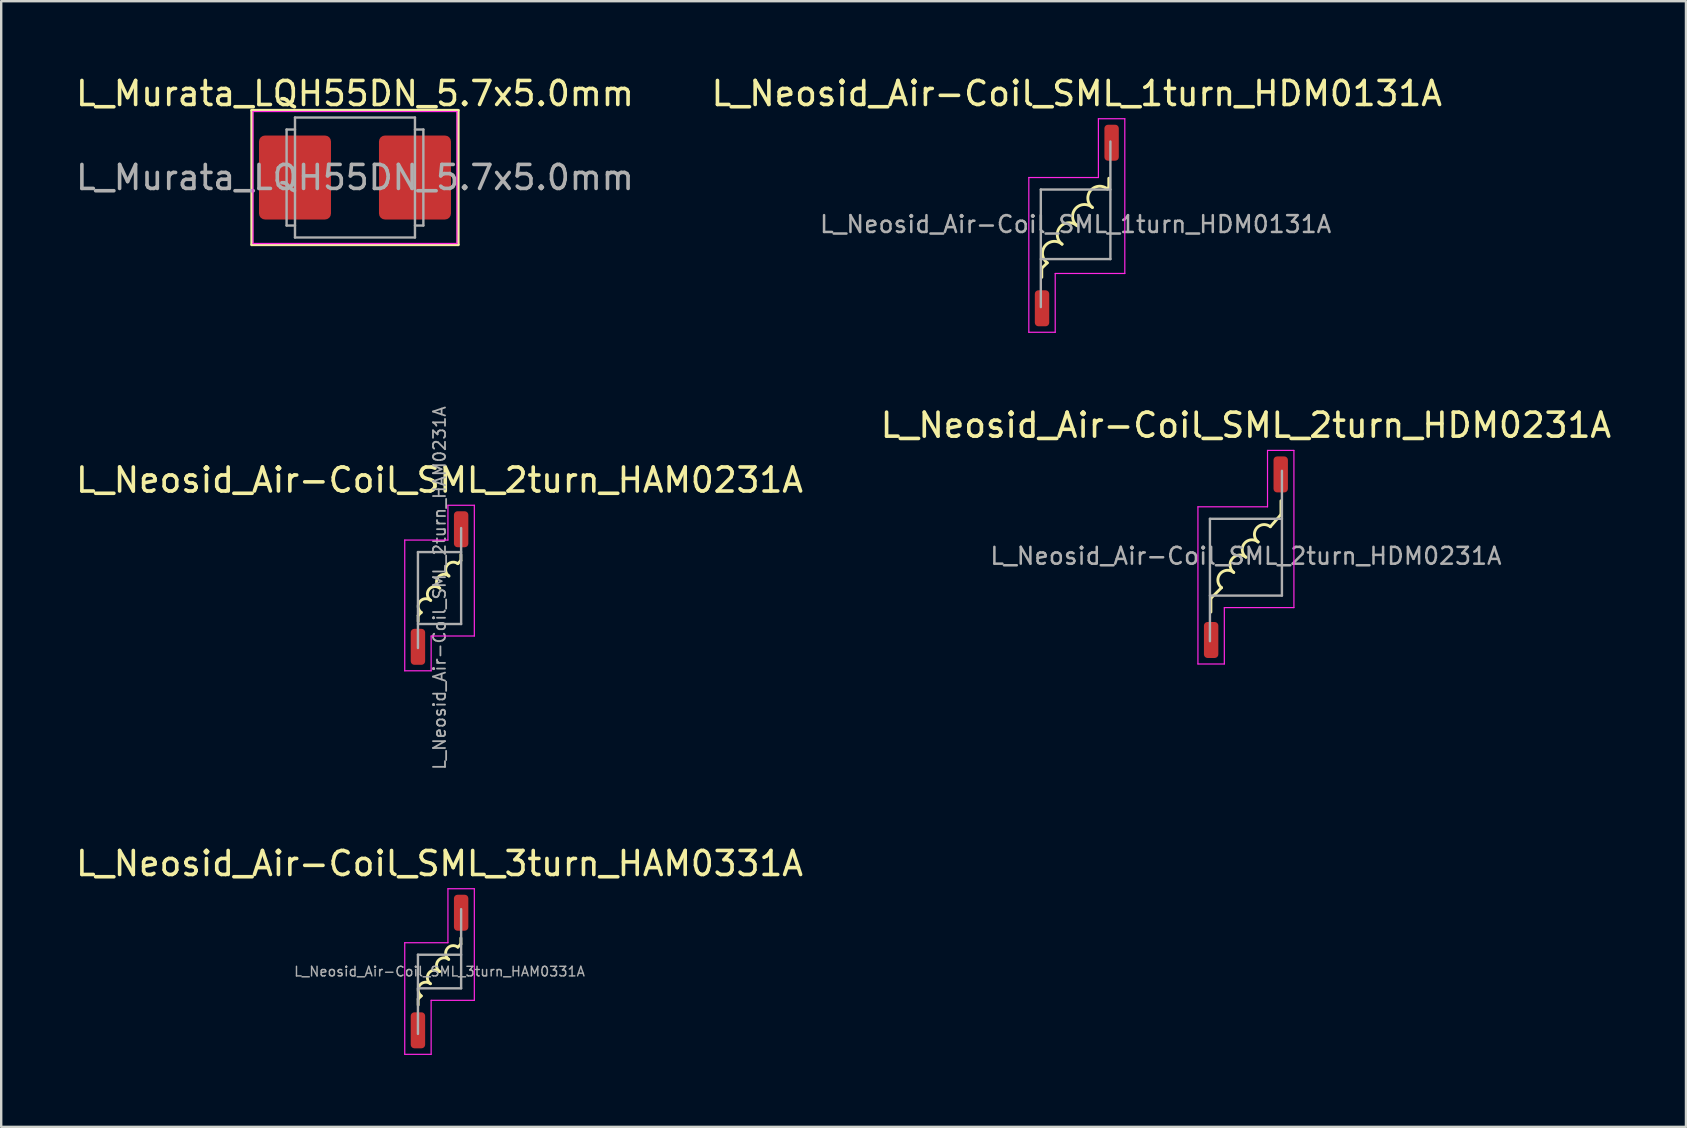
<source format=kicad_pcb>
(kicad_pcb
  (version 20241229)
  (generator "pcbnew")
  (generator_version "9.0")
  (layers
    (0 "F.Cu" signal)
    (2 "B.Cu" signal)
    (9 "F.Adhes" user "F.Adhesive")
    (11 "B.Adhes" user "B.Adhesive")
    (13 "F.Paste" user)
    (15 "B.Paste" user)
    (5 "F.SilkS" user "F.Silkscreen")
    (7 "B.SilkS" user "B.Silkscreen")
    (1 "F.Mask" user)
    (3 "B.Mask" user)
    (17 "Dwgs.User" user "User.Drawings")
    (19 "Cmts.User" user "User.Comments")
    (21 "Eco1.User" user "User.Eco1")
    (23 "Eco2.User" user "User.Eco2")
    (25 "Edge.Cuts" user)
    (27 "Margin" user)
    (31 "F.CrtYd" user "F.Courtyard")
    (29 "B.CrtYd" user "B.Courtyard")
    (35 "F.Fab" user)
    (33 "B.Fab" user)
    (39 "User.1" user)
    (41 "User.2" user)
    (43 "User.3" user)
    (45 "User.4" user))
  (footprint "L_Neosid_Air-Coil_SML_2turn_HDM0231A"
    (layer "F.Cu")
    (at 48.875 20.172)
    (property "Reference" "L_Neosid_Air-Coil_SML_2turn_HDM0231A" (at 0 -5.5 0) (layer "F.SilkS") (effects (font (size 1 1) (thickness 0.15))))
    (attr smd)
    (fp_line (start -1.46 1.714) (end -1.46 2.286) (stroke (width 0.12) (type solid)) (layer "F.SilkS"))
    (fp_line (start -1.016 1.27) (end -1.46 1.714) (stroke (width 0.12) (type solid)) (layer "F.SilkS"))
    (fp_line (start 1.016 -1.27) (end 1.46 -1.778) (stroke (width 0.12) (type solid)) (layer "F.SilkS"))
    (fp_line (start 1.46 -1.778) (end 1.46 -2.349) (stroke (width 0.12) (type solid)) (layer "F.SilkS"))
    (fp_arc (start -1.015998 1.269998) (mid -1.079498 0.6985) (end -0.508 0.635) (stroke (width 0.12) (type solid)) (layer "F.SilkS"))
    (fp_arc (start -0.507998 0.634998) (mid -0.571498 0.0635) (end 0 0) (stroke (width 0.12) (type solid)) (layer "F.SilkS"))
    (fp_arc (start 0.000002 -0.000002) (mid -0.063498 -0.5715) (end 0.508 -0.635) (stroke (width 0.12) (type solid)) (layer "F.SilkS"))
    (fp_arc (start 0.508002 -0.635002) (mid 0.444502 -1.2065) (end 1.016 -1.27) (stroke (width 0.12) (type solid)) (layer "F.SilkS"))
    (fp_line (start -2 -2.1) (end -2 4.45) (stroke (width 0.05) (type solid)) (layer "F.CrtYd"))
    (fp_line (start -2 4.45) (end -0.9 4.45) (stroke (width 0.05) (type solid)) (layer "F.CrtYd"))
    (fp_line (start -0.9 2.1) (end 2 2.1) (stroke (width 0.05) (type solid)) (layer "F.CrtYd"))
    (fp_line (start -0.9 4.45) (end -0.9 2.1) (stroke (width 0.05) (type solid)) (layer "F.CrtYd"))
    (fp_line (start 0.9 -4.45) (end 0.9 -2.1) (stroke (width 0.05) (type solid)) (layer "F.CrtYd"))
    (fp_line (start 0.9 -2.1) (end -2 -2.1) (stroke (width 0.05) (type solid)) (layer "F.CrtYd"))
    (fp_line (start 2 -4.45) (end 0.9 -4.45) (stroke (width 0.05) (type solid)) (layer "F.CrtYd"))
    (fp_line (start 2 2.1) (end 2 -4.45) (stroke (width 0.05) (type solid)) (layer "F.CrtYd"))
    (fp_line (start -1.5 -1.6) (end 1.5 -1.6) (stroke (width 0.1) (type solid)) (layer "F.Fab"))
    (fp_line (start -1.5 3.5) (end -1.5 -1.6) (stroke (width 0.1) (type solid)) (layer "F.Fab"))
    (fp_line (start 1.5 1.6) (end -1.5 1.6) (stroke (width 0.1) (type solid)) (layer "F.Fab"))
    (fp_line (start 1.5 1.6) (end 1.5 -3.6) (stroke (width 0.1) (type solid)) (layer "F.Fab"))
    (fp_text user "${REFERENCE}" (at 0 -0.05 0) (layer "F.Fab") (effects (font (size 0.7 0.7) (thickness 0.105))))
    (pad "1" smd roundrect (at -1.45 3.45) (size 0.6 1.5) (layers "F.Cu" "F.Mask" "F.Paste") (roundrect_rratio 0.25))
    (pad "2" smd roundrect (at 1.45 -3.45) (size 0.6 1.5) (layers "F.Cu" "F.Mask" "F.Paste") (roundrect_rratio 0.25)))
  (footprint "L_Neosid_Air-Coil_SML_2turn_HAM0231A"
    (layer "F.Cu")
    (at 15.268 21.457)
    (property "Reference" "L_Neosid_Air-Coil_SML_2turn_HAM0231A" (at 0 -4.5 0) (layer "F.SilkS") (effects (font (size 1 1) (thickness 0.15))))
    (attr smd)
    (fp_line (start -0.889 1.143) (end -0.889 1.397) (stroke (width 0.12) (type solid)) (layer "F.SilkS"))
    (fp_line (start -0.889 1.143) (end -0.762 1.016) (stroke (width 0.12) (type solid)) (layer "F.SilkS"))
    (fp_line (start 0.762 -1.016) (end 0.889 -1.143) (stroke (width 0.12) (type solid)) (layer "F.SilkS"))
    (fp_line (start 0.889 -1.143) (end 0.889 -1.397) (stroke (width 0.12) (type solid)) (layer "F.SilkS"))
    (fp_arc (start -0.761998 1.015998) (mid -0.825498 0.5715) (end -0.381 0.508) (stroke (width 0.12) (type solid)) (layer "F.SilkS"))
    (fp_arc (start -0.366615 0.518174) (mid -0.449686 0.070621) (end 0 0) (stroke (width 0.12) (type solid)) (layer "F.SilkS"))
    (fp_arc (start 0.014385 0.010174) (mid -0.068686 -0.437379) (end 0.381 -0.508) (stroke (width 0.12) (type solid)) (layer "F.SilkS"))
    (fp_arc (start 0.395385 -0.497826) (mid 0.312314 -0.945379) (end 0.762 -1.016) (stroke (width 0.12) (type solid)) (layer "F.SilkS"))
    (fp_line (start -1.45 -2) (end -1.45 3.45) (stroke (width 0.05) (type solid)) (layer "F.CrtYd"))
    (fp_line (start -1.45 3.45) (end -0.35 3.45) (stroke (width 0.05) (type solid)) (layer "F.CrtYd"))
    (fp_line (start -0.35 2) (end 1.45 2) (stroke (width 0.05) (type solid)) (layer "F.CrtYd"))
    (fp_line (start -0.35 3.45) (end -0.35 2) (stroke (width 0.05) (type solid)) (layer "F.CrtYd"))
    (fp_line (start 0.35 -3.45) (end 0.35 -2) (stroke (width 0.05) (type solid)) (layer "F.CrtYd"))
    (fp_line (start 0.35 -2) (end -1.45 -2) (stroke (width 0.05) (type solid)) (layer "F.CrtYd"))
    (fp_line (start 1.45 -3.45) (end 0.35 -3.45) (stroke (width 0.05) (type solid)) (layer "F.CrtYd"))
    (fp_line (start 1.45 2) (end 1.45 -3.45) (stroke (width 0.05) (type solid)) (layer "F.CrtYd"))
    (fp_line (start -0.9 -1.5) (end 0.9 -1.5) (stroke (width 0.1) (type solid)) (layer "F.Fab"))
    (fp_line (start -0.9 2.5) (end -0.9 -1.5) (stroke (width 0.1) (type solid)) (layer "F.Fab"))
    (fp_line (start 0.9 1.5) (end -0.9 1.5) (stroke (width 0.1) (type solid)) (layer "F.Fab"))
    (fp_line (start 0.9 1.5) (end 0.9 -2.5) (stroke (width 0.1) (type solid)) (layer "F.Fab"))
    (fp_text user "${REFERENCE}" (at 0 0 90) (layer "F.Fab") (effects (font (size 0.5 0.5) (thickness 0.075))))
    (pad "1" smd roundrect (at -0.9 2.45) (size 0.6 1.5) (layers "F.Cu" "F.Mask" "F.Paste") (roundrect_rratio 0.25))
    (pad "2" smd roundrect (at 0.9 -2.45) (size 0.6 1.5) (layers "F.Cu" "F.Mask" "F.Paste") (roundrect_rratio 0.25)))
  (footprint "L_Neosid_Air-Coil_SML_3turn_HAM0331A"
    (layer "F.Cu")
    (at 15.268 37.439)
    (property "Reference" "L_Neosid_Air-Coil_SML_3turn_HAM0331A" (at 0 -4.5 0) (layer "F.SilkS") (effects (font (size 1 1) (thickness 0.15))))
    (attr smd)
    (fp_line (start -0.889 1.143) (end -0.889 1.397) (stroke (width 0.12) (type solid)) (layer "F.SilkS"))
    (fp_line (start -0.762 1.016) (end -0.889 1.143) (stroke (width 0.12) (type solid)) (layer "F.SilkS"))
    (fp_line (start 0.762 -1.016) (end 0.889 -1.143) (stroke (width 0.12) (type solid)) (layer "F.SilkS"))
    (fp_line (start 0.889 -1.143) (end 0.889 -1.397) (stroke (width 0.12) (type solid)) (layer "F.SilkS"))
    (fp_arc (start -0.761998 1.016) (mid -0.825499 0.571501) (end -0.381 0.508) (stroke (width 0.12) (type solid)) (layer "F.SilkS"))
    (fp_arc (start -0.380998 0.508) (mid -0.444499 0.063501) (end 0 0) (stroke (width 0.12) (type solid)) (layer "F.SilkS"))
    (fp_arc (start 0.000002 0) (mid -0.063499 -0.444499) (end 0.381 -0.508) (stroke (width 0.12) (type solid)) (layer "F.SilkS"))
    (fp_arc (start 0.381002 -0.508) (mid 0.317501 -0.952499) (end 0.762 -1.016) (stroke (width 0.12) (type solid)) (layer "F.SilkS"))
    (fp_line (start -1.45 -1.2) (end -1.45 3.45) (stroke (width 0.05) (type solid)) (layer "F.CrtYd"))
    (fp_line (start -1.45 3.45) (end -0.35 3.45) (stroke (width 0.05) (type solid)) (layer "F.CrtYd"))
    (fp_line (start -0.35 1.2) (end 1.45 1.2) (stroke (width 0.05) (type solid)) (layer "F.CrtYd"))
    (fp_line (start -0.35 3.45) (end -0.35 1.2) (stroke (width 0.05) (type solid)) (layer "F.CrtYd"))
    (fp_line (start 0.35 -3.45) (end 0.35 -1.2) (stroke (width 0.05) (type solid)) (layer "F.CrtYd"))
    (fp_line (start 0.35 -1.2) (end -1.45 -1.2) (stroke (width 0.05) (type solid)) (layer "F.CrtYd"))
    (fp_line (start 1.45 -3.45) (end 0.35 -3.45) (stroke (width 0.05) (type solid)) (layer "F.CrtYd"))
    (fp_line (start 1.45 1.2) (end 1.45 -3.45) (stroke (width 0.05) (type solid)) (layer "F.CrtYd"))
    (fp_line (start -0.9 -0.7) (end 0.9 -0.7) (stroke (width 0.1) (type solid)) (layer "F.Fab"))
    (fp_line (start -0.9 2.6) (end -0.9 -0.7) (stroke (width 0.1) (type solid)) (layer "F.Fab"))
    (fp_line (start 0.9 0.7) (end -0.9 0.7) (stroke (width 0.1) (type solid)) (layer "F.Fab"))
    (fp_line (start 0.9 0.7) (end 0.9 -2.6) (stroke (width 0.1) (type solid)) (layer "F.Fab"))
    (fp_text user "${REFERENCE}" (at 0 0 0) (layer "F.Fab") (effects (font (size 0.4 0.4) (thickness 0.06))))
    (pad "1" smd roundrect (at -0.9 2.45) (size 0.6 1.5) (layers "F.Cu" "F.Mask" "F.Paste") (roundrect_rratio 0.25))
    (pad "2" smd roundrect (at 0.9 -2.45) (size 0.6 1.5) (layers "F.Cu" "F.Mask" "F.Paste") (roundrect_rratio 0.25)))
  (footprint "L_Neosid_Air-Coil_SML_1turn_HDM0131A"
    (layer "F.Cu")
    (at 41.827 6.348)
    (property "Reference" "L_Neosid_Air-Coil_SML_1turn_HDM0131A" (at 0 -5.5 0) (layer "F.SilkS") (effects (font (size 1 1) (thickness 0.15))))
    (attr smd)
    (fp_line (start -1.46 1.778) (end -1.46 2.159) (stroke (width 0.12) (type solid)) (layer "F.SilkS"))
    (fp_line (start -1.23 1.556) (end -1.46 1.778) (stroke (width 0.12) (type solid)) (layer "F.SilkS"))
    (fp_line (start 1.27 -1.524) (end 1.333 -1.587) (stroke (width 0.12) (type solid)) (layer "F.SilkS"))
    (fp_line (start 1.333 -1.587) (end 1.333 -1.968) (stroke (width 0.12) (type solid)) (layer "F.SilkS"))
    (fp_arc (start -1.230136 1.555522) (mid -1.321575 0.851126) (end -0.615068 0.777761) (stroke (width 0.12) (type solid)) (layer "F.SilkS"))
    (fp_arc (start -0.615068 0.777761) (mid -0.706507 0.073365) (end 0 0) (stroke (width 0.12) (type solid)) (layer "F.SilkS"))
    (fp_arc (start 0.019932 0.015761) (mid -0.071507 -0.688635) (end 0.635 -0.762) (stroke (width 0.12) (type solid)) (layer "F.SilkS"))
    (fp_arc (start 0.654932 -0.746239) (mid 0.563493 -1.450635) (end 1.27 -1.524) (stroke (width 0.12) (type solid)) (layer "F.SilkS"))
    (fp_line (start -2 -2) (end -2 4.45) (stroke (width 0.05) (type solid)) (layer "F.CrtYd"))
    (fp_line (start -2 4.45) (end -0.9 4.45) (stroke (width 0.05) (type solid)) (layer "F.CrtYd"))
    (fp_line (start -0.9 2) (end 2 2) (stroke (width 0.05) (type solid)) (layer "F.CrtYd"))
    (fp_line (start -0.9 4.45) (end -0.9 2) (stroke (width 0.05) (type solid)) (layer "F.CrtYd"))
    (fp_line (start 0.9 -4.45) (end 0.9 -2) (stroke (width 0.05) (type solid)) (layer "F.CrtYd"))
    (fp_line (start 0.9 -2) (end -2 -2) (stroke (width 0.05) (type solid)) (layer "F.CrtYd"))
    (fp_line (start 2 -4.45) (end 0.9 -4.45) (stroke (width 0.05) (type solid)) (layer "F.CrtYd"))
    (fp_line (start 2 2) (end 2 -4.45) (stroke (width 0.05) (type solid)) (layer "F.CrtYd"))
    (fp_line (start -1.5 -1.5) (end 1.4 -1.5) (stroke (width 0.1) (type solid)) (layer "F.Fab"))
    (fp_line (start -1.5 3.4) (end -1.5 -1.5) (stroke (width 0.1) (type solid)) (layer "F.Fab"))
    (fp_line (start 1.4 1.4) (end -1.5 1.4) (stroke (width 0.1) (type solid)) (layer "F.Fab"))
    (fp_line (start 1.4 1.4) (end 1.4 -3.5) (stroke (width 0.1) (type solid)) (layer "F.Fab"))
    (fp_text user "${REFERENCE}" (at -0.05 -0.05 0) (layer "F.Fab") (effects (font (size 0.7 0.7) (thickness 0.105))))
    (pad "1" smd roundrect (at -1.45 3.45) (size 0.6 1.5) (layers "F.Cu" "F.Mask" "F.Paste") (roundrect_rratio 0.25))
    (pad "2" smd roundrect (at 1.45 -3.45) (size 0.6 1.5) (layers "F.Cu" "F.Mask" "F.Paste") (roundrect_rratio 0.25)))
  (footprint "L_Murata_LQH55DN_5.7x5.0mm"
    (layer "F.Cu")
    (at 11.744 4.348)
    (property "Reference" "L_Murata_LQH55DN_5.7x5.0mm" (at 0 -3.5 0) (layer "F.SilkS") (effects (font (size 1 1) (thickness 0.15))))
    (attr smd)
    (fp_line (start -4.3 -2.8) (end -4.3 2.8) (stroke (width 0.12) (type solid)) (layer "F.SilkS"))
    (fp_line (start -4.3 2.8) (end 4.3 2.8) (stroke (width 0.12) (type solid)) (layer "F.SilkS"))
    (fp_line (start 4.3 -2.8) (end -4.3 -2.8) (stroke (width 0.12) (type solid)) (layer "F.SilkS"))
    (fp_line (start 4.3 2.8) (end 4.3 -2.8) (stroke (width 0.12) (type solid)) (layer "F.SilkS"))
    (fp_line (start -4.25 -2.75) (end -4.25 2.75) (stroke (width 0.05) (type solid)) (layer "F.CrtYd"))
    (fp_line (start -4.25 2.75) (end 4.25 2.75) (stroke (width 0.05) (type solid)) (layer "F.CrtYd"))
    (fp_line (start 4.25 -2.75) (end -4.25 -2.75) (stroke (width 0.05) (type solid)) (layer "F.CrtYd"))
    (fp_line (start 4.25 2.75) (end 4.25 -2.75) (stroke (width 0.05) (type solid)) (layer "F.CrtYd"))
    (fp_line (start -2.85 -2) (end -2.85 2) (stroke (width 0.1) (type solid)) (layer "F.Fab"))
    (fp_line (start -2.85 -2) (end -2.5 -2) (stroke (width 0.1) (type solid)) (layer "F.Fab"))
    (fp_line (start -2.85 2) (end -2.5 2) (stroke (width 0.1) (type solid)) (layer "F.Fab"))
    (fp_line (start -2.5 -2.5) (end -2.5 2.5) (stroke (width 0.1) (type solid)) (layer "F.Fab"))
    (fp_line (start -2.5 -2.5) (end 2.5 -2.5) (stroke (width 0.1) (type solid)) (layer "F.Fab"))
    (fp_line (start -2.5 2.5) (end 2.5 2.5) (stroke (width 0.1) (type solid)) (layer "F.Fab"))
    (fp_line (start 2.5 -2.5) (end 2.5 2.5) (stroke (width 0.1) (type solid)) (layer "F.Fab"))
    (fp_line (start 2.85 -2) (end 2.5 -2) (stroke (width 0.1) (type solid)) (layer "F.Fab"))
    (fp_line (start 2.85 -2) (end 2.85 2) (stroke (width 0.1) (type solid)) (layer "F.Fab"))
    (fp_line (start 2.85 2) (end 2.5 2) (stroke (width 0.1) (type solid)) (layer "F.Fab"))
    (fp_text user "${REFERENCE}" (at 0 0 0) (layer "F.Fab") (effects (font (size 1 1) (thickness 0.15))))
    (pad "1" smd roundrect (at -2.5 0) (size 3 3.5) (layers "F.Cu" "F.Mask" "F.Paste") (roundrect_rratio 0.083))
    (pad "2" smd roundrect (at 2.5 0) (size 3 3.5) (layers "F.Cu" "F.Mask" "F.Paste") (roundrect_rratio 0.083)))
  (gr_rect
    (start -3 -3)
    (end 67.214 43.914)
    (stroke (width 0.1) (type default))
    (fill no)
    (layer "Edge.Cuts")))
</source>
